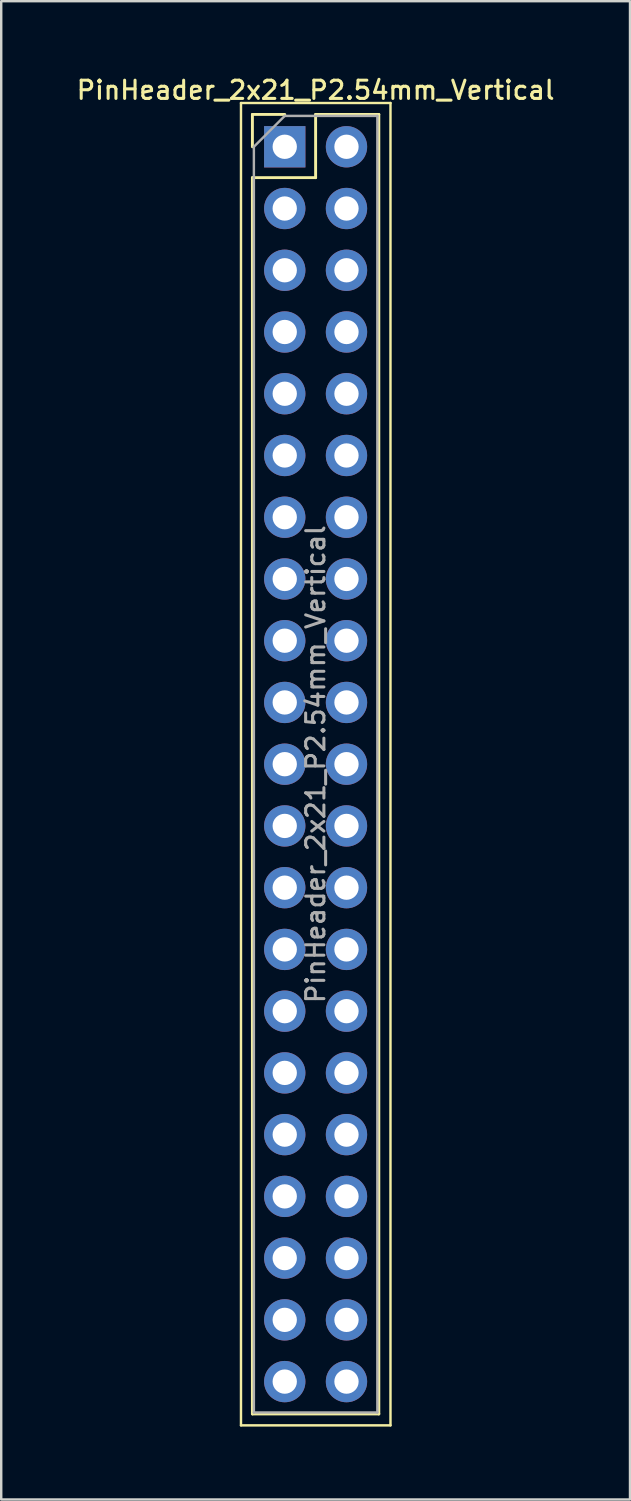
<source format=kicad_pcb>
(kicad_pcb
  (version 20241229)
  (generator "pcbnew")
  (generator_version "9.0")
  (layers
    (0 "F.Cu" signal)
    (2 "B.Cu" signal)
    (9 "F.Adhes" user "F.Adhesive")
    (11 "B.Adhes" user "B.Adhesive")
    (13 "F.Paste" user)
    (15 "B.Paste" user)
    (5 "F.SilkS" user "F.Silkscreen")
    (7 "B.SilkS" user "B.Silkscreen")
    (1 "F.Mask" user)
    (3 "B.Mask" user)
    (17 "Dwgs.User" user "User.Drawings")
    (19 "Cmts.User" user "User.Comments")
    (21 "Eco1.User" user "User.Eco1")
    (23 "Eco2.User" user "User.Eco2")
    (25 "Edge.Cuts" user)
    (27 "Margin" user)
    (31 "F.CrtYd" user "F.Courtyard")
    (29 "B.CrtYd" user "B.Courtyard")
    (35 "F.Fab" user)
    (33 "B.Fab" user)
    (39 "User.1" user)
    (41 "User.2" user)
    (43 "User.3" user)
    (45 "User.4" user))
  (footprint "PinHeader_2x21_P2.54mm_Vertical"
    (layer "F.Cu")
    (at 8.664 2.988)
    (property "Reference" "PinHeader_2x21_P2.54mm_Vertical" (at 1.27 -2.33 0) (layer "F.SilkS") (effects (font (size 0.75 0.75) (thickness 0.125))))
    (attr through_hole)
    (fp_line (start -1.8 -1.8) (end -1.8 52.6) (stroke (width 0.1) (type solid)) (layer "F.SilkS"))
    (fp_line (start -1.8 52.6) (end 4.35 52.6) (stroke (width 0.1) (type solid)) (layer "F.SilkS"))
    (fp_line (start -1.33 -1.33) (end 0 -1.33) (stroke (width 0.12) (type solid)) (layer "F.SilkS"))
    (fp_line (start -1.33 0) (end -1.33 -1.33) (stroke (width 0.12) (type solid)) (layer "F.SilkS"))
    (fp_line (start -1.33 1.27) (end -1.33 52.13) (stroke (width 0.12) (type solid)) (layer "F.SilkS"))
    (fp_line (start -1.33 1.27) (end 1.27 1.27) (stroke (width 0.12) (type solid)) (layer "F.SilkS"))
    (fp_line (start -1.33 52.13) (end 3.87 52.13) (stroke (width 0.12) (type solid)) (layer "F.SilkS"))
    (fp_line (start 1.27 -1.33) (end 3.87 -1.33) (stroke (width 0.12) (type solid)) (layer "F.SilkS"))
    (fp_line (start 1.27 1.27) (end 1.27 -1.33) (stroke (width 0.12) (type solid)) (layer "F.SilkS"))
    (fp_line (start 3.87 -1.33) (end 3.87 52.13) (stroke (width 0.12) (type solid)) (layer "F.SilkS"))
    (fp_line (start 4.35 -1.8) (end -1.8 -1.8) (stroke (width 0.1) (type solid)) (layer "F.SilkS"))
    (fp_line (start 4.35 52.6) (end 4.35 -1.8) (stroke (width 0.1) (type solid)) (layer "F.SilkS"))
    (fp_line (start -1.27 0) (end 0 -1.27) (stroke (width 0.1) (type solid)) (layer "F.Fab"))
    (fp_line (start -1.27 52.07) (end -1.27 0) (stroke (width 0.1) (type solid)) (layer "F.Fab"))
    (fp_line (start 0 -1.27) (end 3.81 -1.27) (stroke (width 0.1) (type solid)) (layer "F.Fab"))
    (fp_line (start 3.81 -1.27) (end 3.81 52.07) (stroke (width 0.1) (type solid)) (layer "F.Fab"))
    (fp_line (start 3.81 52.07) (end -1.27 52.07) (stroke (width 0.1) (type solid)) (layer "F.Fab"))
    (fp_text user "${REFERENCE}" (at 1.27 25.4 90) (layer "F.Fab") (effects (font (size 0.75 0.75) (thickness 0.125))))
    (pad "1" thru_hole rect (at 0 0) (size 1.7 1.7) (drill 1) (layers "*.Cu" "*.Mask"))
    (pad "2" thru_hole oval (at 2.54 0) (size 1.7 1.7) (drill 1) (layers "*.Cu" "*.Mask"))
    (pad "3" thru_hole oval (at 0 2.54) (size 1.7 1.7) (drill 1) (layers "*.Cu" "*.Mask"))
    (pad "4" thru_hole oval (at 2.54 2.54) (size 1.7 1.7) (drill 1) (layers "*.Cu" "*.Mask"))
    (pad "5" thru_hole oval (at 0 5.08) (size 1.7 1.7) (drill 1) (layers "*.Cu" "*.Mask"))
    (pad "6" thru_hole oval (at 2.54 5.08) (size 1.7 1.7) (drill 1) (layers "*.Cu" "*.Mask"))
    (pad "7" thru_hole oval (at 0 7.62) (size 1.7 1.7) (drill 1) (layers "*.Cu" "*.Mask"))
    (pad "8" thru_hole oval (at 2.54 7.62) (size 1.7 1.7) (drill 1) (layers "*.Cu" "*.Mask"))
    (pad "9" thru_hole oval (at 0 10.16) (size 1.7 1.7) (drill 1) (layers "*.Cu" "*.Mask"))
    (pad "10" thru_hole oval (at 2.54 10.16) (size 1.7 1.7) (drill 1) (layers "*.Cu" "*.Mask"))
    (pad "11" thru_hole oval (at 0 12.7) (size 1.7 1.7) (drill 1) (layers "*.Cu" "*.Mask"))
    (pad "12" thru_hole oval (at 2.54 12.7) (size 1.7 1.7) (drill 1) (layers "*.Cu" "*.Mask"))
    (pad "13" thru_hole oval (at 0 15.24) (size 1.7 1.7) (drill 1) (layers "*.Cu" "*.Mask"))
    (pad "14" thru_hole oval (at 2.54 15.24) (size 1.7 1.7) (drill 1) (layers "*.Cu" "*.Mask"))
    (pad "15" thru_hole oval (at 0 17.78) (size 1.7 1.7) (drill 1) (layers "*.Cu" "*.Mask"))
    (pad "16" thru_hole oval (at 2.54 17.78) (size 1.7 1.7) (drill 1) (layers "*.Cu" "*.Mask"))
    (pad "17" thru_hole oval (at 0 20.32) (size 1.7 1.7) (drill 1) (layers "*.Cu" "*.Mask"))
    (pad "18" thru_hole oval (at 2.54 20.32) (size 1.7 1.7) (drill 1) (layers "*.Cu" "*.Mask"))
    (pad "19" thru_hole oval (at 0 22.86) (size 1.7 1.7) (drill 1) (layers "*.Cu" "*.Mask"))
    (pad "20" thru_hole oval (at 2.54 22.86) (size 1.7 1.7) (drill 1) (layers "*.Cu" "*.Mask"))
    (pad "21" thru_hole oval (at 0 25.4) (size 1.7 1.7) (drill 1) (layers "*.Cu" "*.Mask"))
    (pad "22" thru_hole oval (at 2.54 25.4) (size 1.7 1.7) (drill 1) (layers "*.Cu" "*.Mask"))
    (pad "23" thru_hole oval (at 0 27.94) (size 1.7 1.7) (drill 1) (layers "*.Cu" "*.Mask"))
    (pad "24" thru_hole oval (at 2.54 27.94) (size 1.7 1.7) (drill 1) (layers "*.Cu" "*.Mask"))
    (pad "25" thru_hole oval (at 0 30.48) (size 1.7 1.7) (drill 1) (layers "*.Cu" "*.Mask"))
    (pad "26" thru_hole oval (at 2.54 30.48) (size 1.7 1.7) (drill 1) (layers "*.Cu" "*.Mask"))
    (pad "27" thru_hole oval (at 0 33.02) (size 1.7 1.7) (drill 1) (layers "*.Cu" "*.Mask"))
    (pad "28" thru_hole oval (at 2.54 33.02) (size 1.7 1.7) (drill 1) (layers "*.Cu" "*.Mask"))
    (pad "29" thru_hole oval (at 0 35.56) (size 1.7 1.7) (drill 1) (layers "*.Cu" "*.Mask"))
    (pad "30" thru_hole oval (at 2.54 35.56) (size 1.7 1.7) (drill 1) (layers "*.Cu" "*.Mask"))
    (pad "31" thru_hole oval (at 0 38.1) (size 1.7 1.7) (drill 1) (layers "*.Cu" "*.Mask"))
    (pad "32" thru_hole oval (at 2.54 38.1) (size 1.7 1.7) (drill 1) (layers "*.Cu" "*.Mask"))
    (pad "33" thru_hole oval (at 0 40.64) (size 1.7 1.7) (drill 1) (layers "*.Cu" "*.Mask"))
    (pad "34" thru_hole oval (at 2.54 40.64) (size 1.7 1.7) (drill 1) (layers "*.Cu" "*.Mask"))
    (pad "35" thru_hole oval (at 0 43.18) (size 1.7 1.7) (drill 1) (layers "*.Cu" "*.Mask"))
    (pad "36" thru_hole oval (at 2.54 43.18) (size 1.7 1.7) (drill 1) (layers "*.Cu" "*.Mask"))
    (pad "37" thru_hole oval (at 0 45.72) (size 1.7 1.7) (drill 1) (layers "*.Cu" "*.Mask"))
    (pad "38" thru_hole oval (at 2.54 45.72) (size 1.7 1.7) (drill 1) (layers "*.Cu" "*.Mask"))
    (pad "39" thru_hole oval (at 0 48.26) (size 1.7 1.7) (drill 1) (layers "*.Cu" "*.Mask"))
    (pad "40" thru_hole oval (at 2.54 48.26) (size 1.7 1.7) (drill 1) (layers "*.Cu" "*.Mask"))
    (pad "41" thru_hole oval (at 0 50.8) (size 1.7 1.7) (drill 1) (layers "*.Cu" "*.Mask"))
    (pad "42" thru_hole oval (at 2.54 50.8) (size 1.7 1.7) (drill 1) (layers "*.Cu" "*.Mask")))
  (gr_rect
    (start -3 -3)
    (end 22.868 58.638)
    (stroke (width 0.1) (type default))
    (fill no)
    (layer "Edge.Cuts")))
</source>
